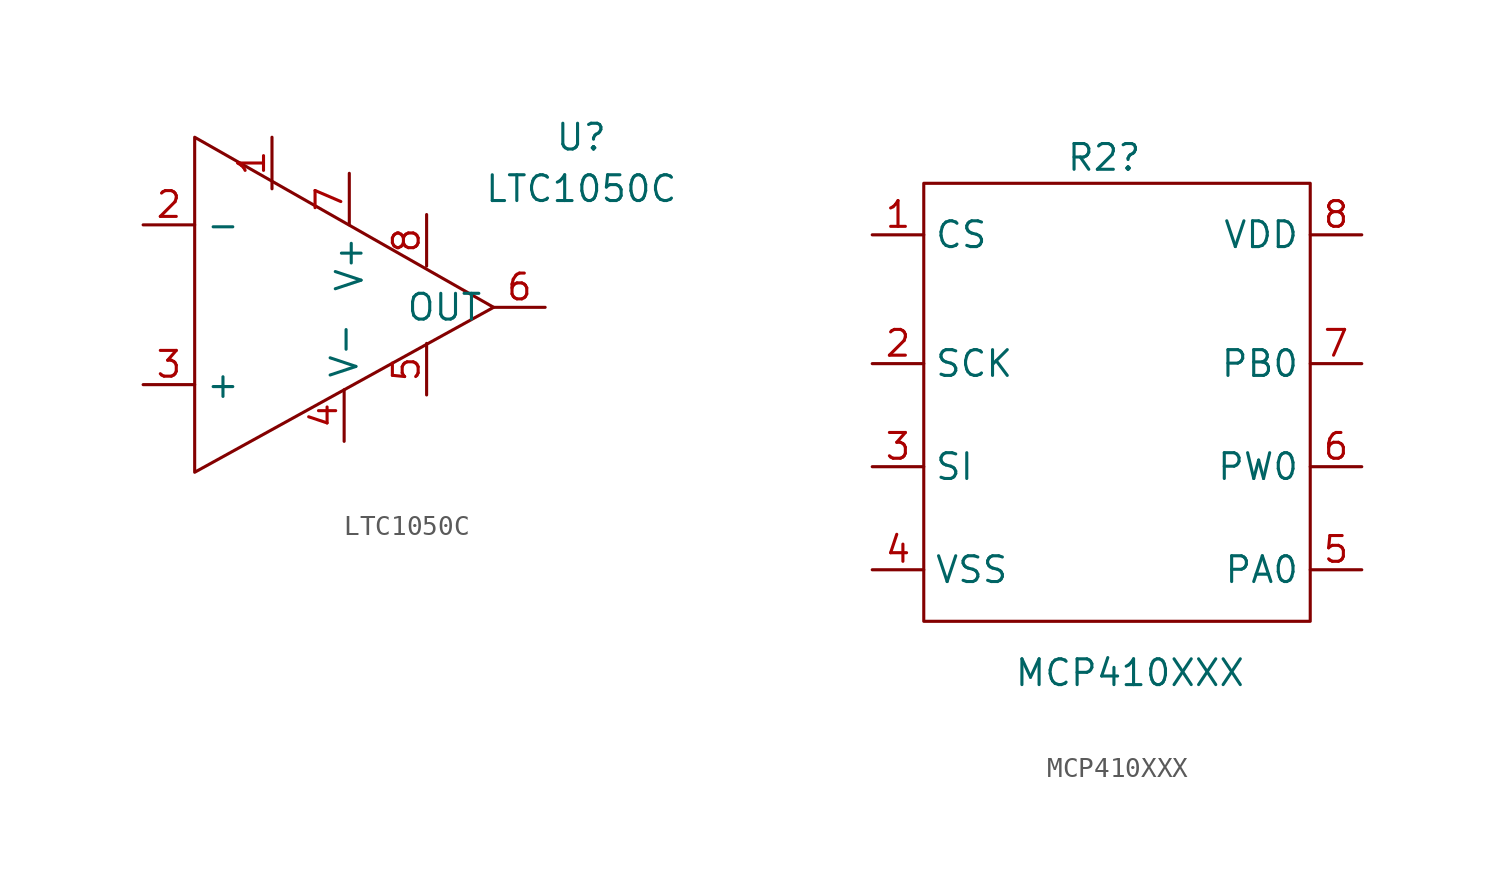
<source format=kicad_sym>
(kicad_symbol_lib
  (version 20211014)
  (generator kicad_symbol_editor)
  (symbol "LTC1050C"
    (property "Reference" "U"
      (at 6.35 -5.08 0)
      (effects (font (size 1.27 1.27))))
    (property "Value" "LTC1050C"
      (at 6.35 -7.62 0)
      (effects (font (size 1.27 1.27))))
    (symbol "LTC1050C_0_1"
      (polyline (pts (xy -12.7 -5.08) (xy -12.7 -21.59) (xy 2.032 -13.462) (xy -12.7 -5.08)) (stroke (width 0) (type default) (color 0 0 0 0)) (fill (type none))))
    (symbol "LTC1050C_1_1"
      (pin input line (at -8.89 -5.08 270) (length 2.54) (name "" (effects (font (size 1.27 1.27)))) (number "1" (effects (font (size 1.27 1.27)))))
      (pin input line (at -15.24 -9.398 0) (length 2.54) (name "-" (effects (font (size 1.27 1.27)))) (number "2" (effects (font (size 1.27 1.27)))))
      (pin input line (at -15.24 -17.272 0) (length 2.54) (name "+" (effects (font (size 1.27 1.27)))) (number "3" (effects (font (size 1.27 1.27)))))
      (pin input line (at -5.334 -20.066 90) (length 2.54) (name "V-" (effects (font (size 1.27 1.27)))) (number "4" (effects (font (size 1.27 1.27)))))
      (pin input line (at -1.27 -17.78 90) (length 2.54) (name "" (effects (font (size 1.27 1.27)))) (number "5" (effects (font (size 1.27 1.27)))))
      (pin output line (at 4.572 -13.462 180) (length 2.54) (name "OUT" (effects (font (size 1.27 1.27)))) (number "6" (effects (font (size 1.27 1.27)))))
      (pin input line (at -5.08 -6.858 270) (length 2.54) (name "V+" (effects (font (size 1.27 1.27)))) (number "7" (effects (font (size 1.27 1.27)))))
      (pin input line (at -1.27 -8.89 270) (length 2.54) (name "" (effects (font (size 1.27 1.27)))) (number "8" (effects (font (size 1.27 1.27)))))))
  (symbol "MCP410XXX"
    (property "Reference" "R2"
      (at 0 -3.81 0)
      (effects (font (size 1.27 1.27))))
    (property "Value" "MCP410XXX"
      (at 1.27 -29.21 0)
      (effects (font (size 1.27 1.27))))
    (symbol "MCP410XXX_0_1"
      (rectangle (start -8.89 -5.08) (end 10.16 -26.67) (stroke (width 0) (type default) (color 0 0 0 0)) (fill (type none))))
    (symbol "MCP410XXX_1_1"
      (pin input line (at -11.43 -7.62 0) (length 2.54) (name "CS" (effects (font (size 1.27 1.27)))) (number "1" (effects (font (size 1.27 1.27)))))
      (pin bidirectional line (at -11.43 -13.97 0) (length 2.54) (name "SCK" (effects (font (size 1.27 1.27)))) (number "2" (effects (font (size 1.27 1.27)))))
      (pin bidirectional line (at -11.43 -19.05 0) (length 2.54) (name "SI" (effects (font (size 1.27 1.27)))) (number "3" (effects (font (size 1.27 1.27)))))
      (pin input line (at -11.43 -24.13 0) (length 2.54) (name "VSS" (effects (font (size 1.27 1.27)))) (number "4" (effects (font (size 1.27 1.27)))))
      (pin input line (at 12.7 -24.13 180) (length 2.54) (name "PA0" (effects (font (size 1.27 1.27)))) (number "5" (effects (font (size 1.27 1.27)))))
      (pin input line (at 12.7 -19.05 180) (length 2.54) (name "PW0" (effects (font (size 1.27 1.27)))) (number "6" (effects (font (size 1.27 1.27)))))
      (pin input line (at 12.7 -13.97 180) (length 2.54) (name "PB0" (effects (font (size 1.27 1.27)))) (number "7" (effects (font (size 1.27 1.27)))))
      (pin input line (at 12.7 -7.62 180) (length 2.54) (name "VDD" (effects (font (size 1.27 1.27)))) (number "8" (effects (font (size 1.27 1.27))))))))
</source>
